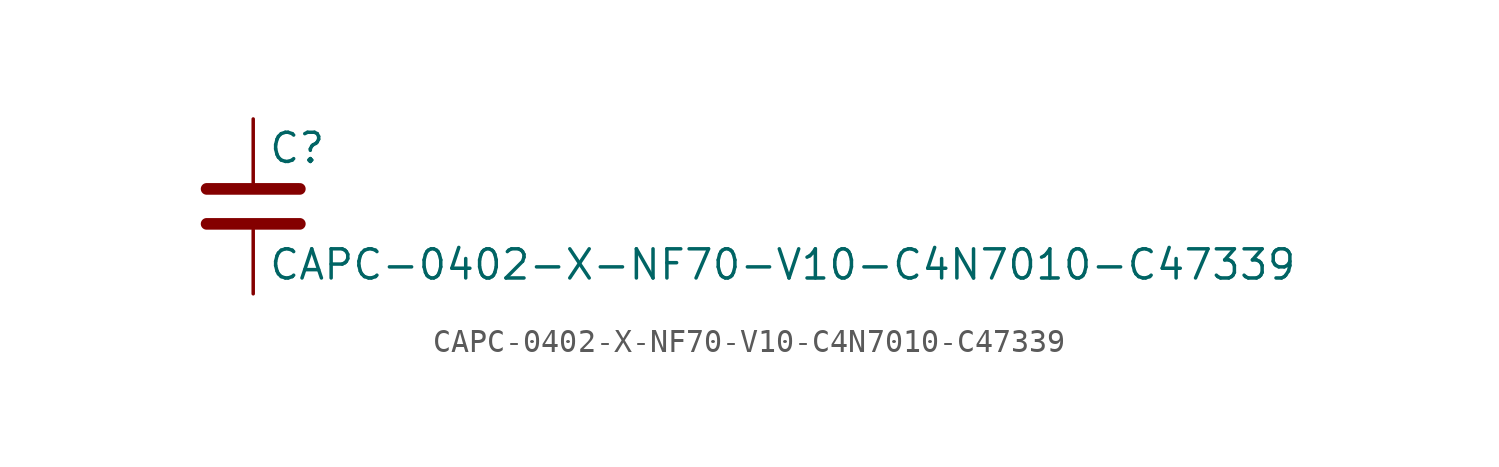
<source format=kicad_sym>
(kicad_symbol_lib
  (version 20211014)
  (generator kicad_symbol_editor)
  (symbol "CAPC-0402-X-NF70-V10-C4N7010-C47339"
    (pin_numbers hide)
    (pin_names
      (offset 0.254))
    (property "Reference" "C"
      (at 0.635 2.54 0)
      (effects (font (size 1.27 1.27)) (justify left)))
    (property "Value" "CAPC-0402-X-NF70-V10-C4N7010-C47339"
      (at 0.635 -2.54 0)
      (effects (font (size 1.27 1.27)) (justify left)))
    (symbol "CAPC-0402-X-NF70-V10-C4N7010-C47339_0_1"
      (polyline (pts (xy -2.032 -0.762) (xy 2.032 -0.762)) (stroke (width 0.508) (type default) (color 0 0 0 0)) (fill (type none)))
      (polyline (pts (xy -2.032 0.762) (xy 2.032 0.762)) (stroke (width 0.508) (type default) (color 0 0 0 0)) (fill (type none))))
    (symbol "CAPC-0402-X-NF70-V10-C4N7010-C47339_1_1"
      (pin passive line (at 0 3.81 270) (length 2.794) (name "~" (effects (font (size 1.27 1.27)))) (number "1" (effects (font (size 1.27 1.27)))))
      (pin passive line (at 0 -3.81 90) (length 2.794) (name "~" (effects (font (size 1.27 1.27)))) (number "2" (effects (font (size 1.27 1.27))))))))
</source>
